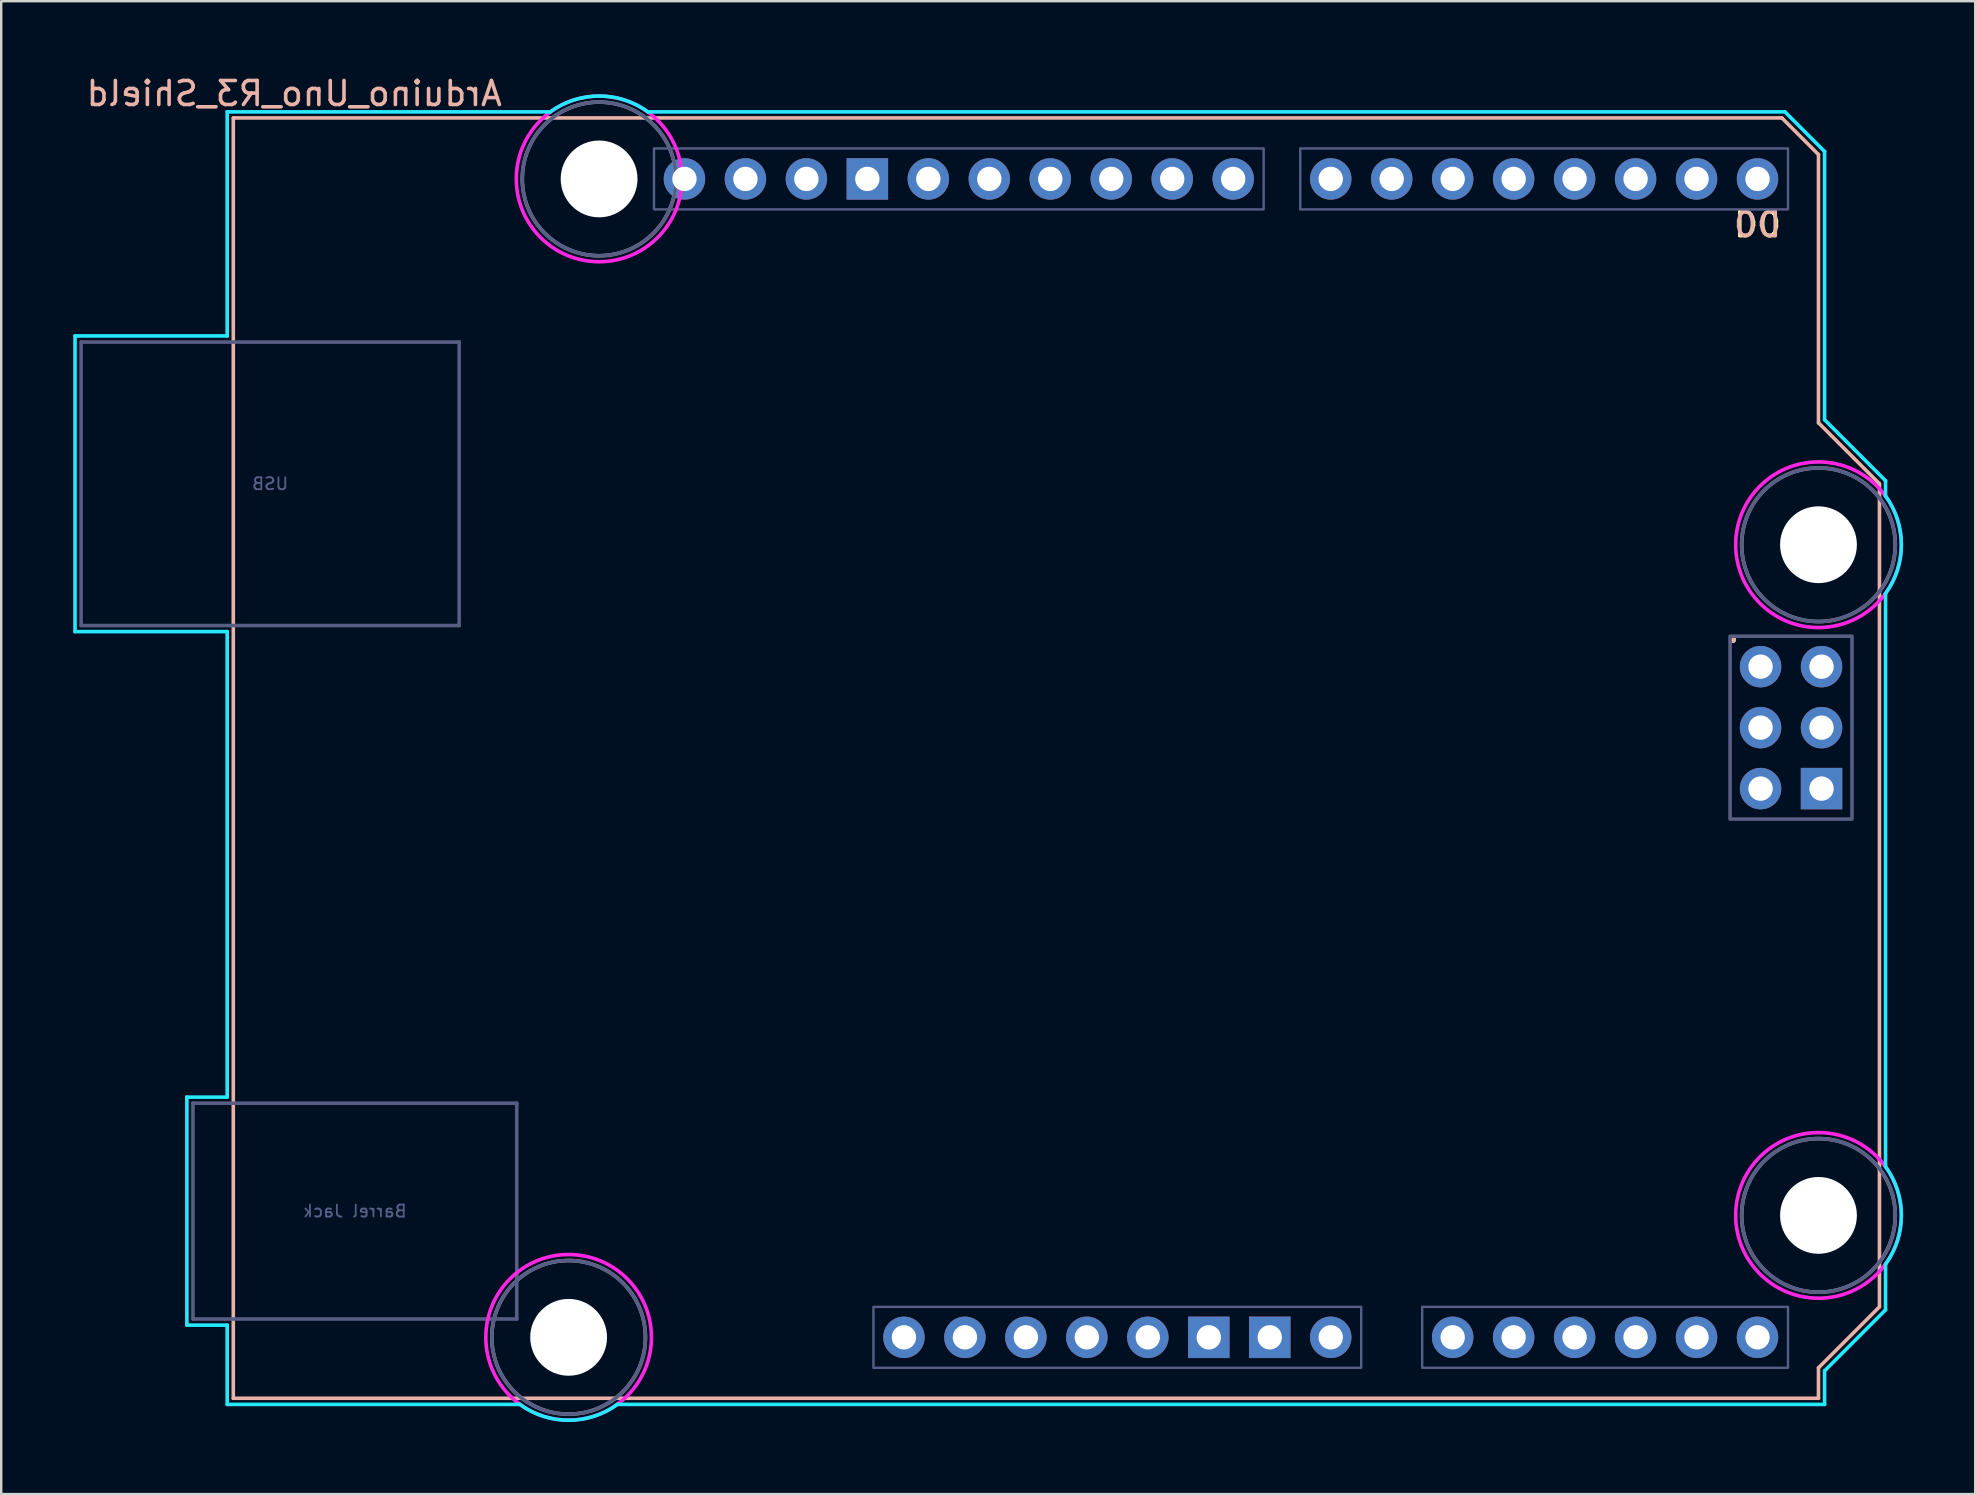
<source format=kicad_pcb>
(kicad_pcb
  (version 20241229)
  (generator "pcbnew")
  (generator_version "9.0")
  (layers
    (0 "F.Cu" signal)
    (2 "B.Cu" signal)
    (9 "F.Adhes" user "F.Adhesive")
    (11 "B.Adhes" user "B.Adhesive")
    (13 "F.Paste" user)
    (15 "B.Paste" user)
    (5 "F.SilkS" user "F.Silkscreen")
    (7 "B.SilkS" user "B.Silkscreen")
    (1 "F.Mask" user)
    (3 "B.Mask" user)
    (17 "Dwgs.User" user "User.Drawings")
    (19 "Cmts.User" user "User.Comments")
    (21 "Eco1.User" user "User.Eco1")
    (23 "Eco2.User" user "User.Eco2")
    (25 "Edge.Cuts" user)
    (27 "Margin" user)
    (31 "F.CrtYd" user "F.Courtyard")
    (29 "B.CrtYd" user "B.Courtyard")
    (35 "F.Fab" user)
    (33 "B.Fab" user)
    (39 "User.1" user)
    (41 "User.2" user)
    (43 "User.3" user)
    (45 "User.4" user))
  (footprint "Arduino_Uno_R3_Shield"
    (layer "F.Cu")
    (at 6.669 55.204)
    (property "Reference" "Arduino_Uno_R3_Shield" (at 2.54 -54.356 0) (layer "B.SilkS") (effects (font (size 1 1) (thickness 0.15)) (justify mirror)))
    (attr through_hole)
    (fp_line (start 0 -53.34) (end 0 0) (stroke (width 0.15) (type solid)) (layer "B.SilkS"))
    (fp_line (start 0 -53.34) (end 64.516 -53.34) (stroke (width 0.15) (type solid)) (layer "B.SilkS"))
    (fp_line (start 0 0) (end 66.04 0) (stroke (width 0.15) (type solid)) (layer "B.SilkS"))
    (fp_line (start 64.516 -53.34) (end 66.04 -51.816) (stroke (width 0.15) (type solid)) (layer "B.SilkS"))
    (fp_line (start 66.04 -40.64) (end 66.04 -51.816) (stroke (width 0.15) (type solid)) (layer "B.SilkS"))
    (fp_line (start 66.04 -1.27) (end 68.58 -3.81) (stroke (width 0.15) (type solid)) (layer "B.SilkS"))
    (fp_line (start 66.04 0) (end 66.04 -1.27) (stroke (width 0.15) (type solid)) (layer "B.SilkS"))
    (fp_line (start 68.58 -38.1) (end 66.04 -40.64) (stroke (width 0.15) (type solid)) (layer "B.SilkS"))
    (fp_line (start 68.58 -3.81) (end 68.58 -38.1) (stroke (width 0.15) (type solid)) (layer "B.SilkS"))
    (fp_line (start -6.594 -44.258) (end -0.254 -44.258) (stroke (width 0.15) (type solid)) (layer "B.CrtYd"))
    (fp_line (start -6.594 -31.94) (end -6.594 -44.258) (stroke (width 0.15) (type solid)) (layer "B.CrtYd"))
    (fp_line (start -1.934 -12.548) (end -1.934 -3.049) (stroke (width 0.15) (type solid)) (layer "B.CrtYd"))
    (fp_line (start -1.934 -12.548) (end -0.254 -12.548) (stroke (width 0.15) (type solid)) (layer "B.CrtYd"))
    (fp_line (start -1.934 -3.049) (end -0.254 -3.049) (stroke (width 0.15) (type solid)) (layer "B.CrtYd"))
    (fp_line (start -0.254 -53.594) (end -0.254 -44.258) (stroke (width 0.15) (type solid)) (layer "B.CrtYd"))
    (fp_line (start -0.254 -31.94) (end -6.594 -31.94) (stroke (width 0.15) (type solid)) (layer "B.CrtYd"))
    (fp_line (start -0.254 -31.94) (end -0.254 -12.548) (stroke (width 0.15) (type solid)) (layer "B.CrtYd"))
    (fp_line (start -0.254 -3.049) (end -0.254 0.254) (stroke (width 0.15) (type solid)) (layer "B.CrtYd"))
    (fp_line (start 11.938 0.254) (end -0.254 0.254) (stroke (width 0.15) (type solid)) (layer "B.CrtYd"))
    (fp_line (start 13.208 -53.594) (end -0.254 -53.594) (stroke (width 0.15) (type solid)) (layer "B.CrtYd"))
    (fp_line (start 16.002 0.254) (end 66.294 0.254) (stroke (width 0.15) (type solid)) (layer "B.CrtYd"))
    (fp_line (start 17.272 -53.594) (end 64.643 -53.594) (stroke (width 0.15) (type solid)) (layer "B.CrtYd"))
    (fp_line (start 64.643 -53.594) (end 66.294 -51.943) (stroke (width 0.15) (type solid)) (layer "B.CrtYd"))
    (fp_line (start 66.294 -40.767) (end 66.294 -51.943) (stroke (width 0.15) (type solid)) (layer "B.CrtYd"))
    (fp_line (start 66.294 -1.143) (end 68.834 -3.683) (stroke (width 0.15) (type solid)) (layer "B.CrtYd"))
    (fp_line (start 66.294 0.254) (end 66.294 -1.143) (stroke (width 0.15) (type solid)) (layer "B.CrtYd"))
    (fp_line (start 68.834 -38.227) (end 66.294 -40.767) (stroke (width 0.15) (type solid)) (layer "B.CrtYd"))
    (fp_line (start 68.834 -38.227) (end 68.834 -37.592) (stroke (width 0.15) (type solid)) (layer "B.CrtYd"))
    (fp_line (start 68.834 -9.652) (end 68.834 -33.528) (stroke (width 0.15) (type solid)) (layer "B.CrtYd"))
    (fp_line (start 68.834 -5.588) (end 68.834 -3.683) (stroke (width 0.15) (type solid)) (layer "B.CrtYd"))
    (fp_arc (start 13.208 -53.594) (mid 15.24 -54.254237) (end 17.272 -53.594) (stroke (width 0.15) (type solid)) (layer "B.CrtYd"))
    (fp_arc (start 16.002 0.254) (mid 13.97 0.914237) (end 11.938 0.254) (stroke (width 0.15) (type solid)) (layer "B.CrtYd"))
    (fp_arc (start 68.834 -37.592) (mid 69.494238 -35.56) (end 68.834 -33.528) (stroke (width 0.15) (type solid)) (layer "B.CrtYd"))
    (fp_arc (start 68.834 -9.652) (mid 69.494238 -7.62) (end 68.834 -5.588) (stroke (width 0.15) (type solid)) (layer "B.CrtYd"))
    (fp_circle (center 13.97 -2.54) (end 17.42 -2.54) (stroke (width 0.15) (type solid)) (fill no) (layer "F.CrtYd"))
    (fp_circle (center 15.24 -50.8) (end 18.69 -50.8) (stroke (width 0.15) (type solid)) (fill no) (layer "F.CrtYd"))
    (fp_circle (center 66.04 -35.56) (end 69.49 -35.56) (stroke (width 0.15) (type solid)) (fill no) (layer "F.CrtYd"))
    (fp_circle (center 66.04 -7.62) (end 69.49 -7.62) (stroke (width 0.15) (type solid)) (fill no) (layer "F.CrtYd"))
    (fp_line (start -6.34 -44.004) (end 9.41 -44.004) (stroke (width 0.15) (type solid)) (layer "B.Fab"))
    (fp_line (start -6.34 -32.194) (end -6.34 -44.004) (stroke (width 0.15) (type solid)) (layer "B.Fab"))
    (fp_line (start -6.34 -32.194) (end 9.41 -32.194) (stroke (width 0.15) (type solid)) (layer "B.Fab"))
    (fp_line (start -1.68 -12.294) (end -1.68 -3.303) (stroke (width 0.15) (type solid)) (layer "B.Fab"))
    (fp_line (start -1.68 -12.294) (end 11.81 -12.294) (stroke (width 0.15) (type solid)) (layer "B.Fab"))
    (fp_line (start -1.68 -3.303) (end 11.81 -3.303) (stroke (width 0.15) (type solid)) (layer "B.Fab"))
    (fp_line (start 9.41 -32.194) (end 9.41 -44.004) (stroke (width 0.15) (type solid)) (layer "B.Fab"))
    (fp_line (start 11.81 -12.294) (end 11.81 -3.303) (stroke (width 0.15) (type solid)) (layer "B.Fab"))
    (fp_rect (start 17.526 -52.07) (end 42.926 -49.53) (stroke (width 0.1) (type solid)) (fill no) (layer "B.Fab"))
    (fp_rect (start 26.67 -3.81) (end 46.99 -1.27) (stroke (width 0.1) (type solid)) (fill no) (layer "B.Fab"))
    (fp_rect (start 44.45 -52.07) (end 64.77 -49.53) (stroke (width 0.1) (type solid)) (fill no) (layer "B.Fab"))
    (fp_rect (start 49.53 -3.81) (end 64.77 -1.27) (stroke (width 0.1) (type solid)) (fill no) (layer "B.Fab"))
    (fp_rect (start 62.357 -31.75) (end 67.437 -24.13) (stroke (width 0.15) (type solid)) (fill no) (layer "B.Fab"))
    (fp_circle (center 13.97 -2.54) (end 17.17 -2.54) (stroke (width 0.15) (type solid)) (fill no) (layer "B.Fab"))
    (fp_circle (center 15.24 -50.8) (end 18.44 -50.8) (stroke (width 0.15) (type solid)) (fill no) (layer "B.Fab"))
    (fp_circle (center 66.04 -35.56) (end 69.24 -35.56) (stroke (width 0.15) (type solid)) (fill no) (layer "B.Fab"))
    (fp_circle (center 66.04 -7.62) (end 69.24 -7.62) (stroke (width 0.15) (type solid)) (fill no) (layer "B.Fab"))
    (fp_circle (center 13.97 -2.54) (end 17.17 -2.54) (stroke (width 0.15) (type solid)) (fill no) (layer "F.Fab"))
    (fp_circle (center 15.24 -50.8) (end 18.44 -50.8) (stroke (width 0.15) (type solid)) (fill no) (layer "F.Fab"))
    (fp_circle (center 66.04 -35.56) (end 69.24 -35.56) (stroke (width 0.15) (type solid)) (fill no) (layer "F.Fab"))
    (fp_circle (center 66.04 -7.62) (end 69.24 -7.62) (stroke (width 0.15) (type solid)) (fill no) (layer "F.Fab"))
    (fp_text user "." (at 62.484 -32.004 0) (layer "F.SilkS") (effects (font (size 1 1) (thickness 0.15))))
    (fp_text user "D0" (at 63.5 -48.895 0) (unlocked yes) (layer "F.SilkS") (effects (font (size 1 1) (thickness 0.15))))
    (fp_text user "." (at 62.484 -32.004 0) (layer "B.SilkS") (effects (font (size 1 1) (thickness 0.15))))
    (fp_text user "D0" (at 63.5 -48.895 0) (unlocked yes) (layer "B.SilkS") (effects (font (size 1 1) (thickness 0.15)) (justify mirror)))
    (fp_text user "Barrel Jack" (at 5.065 -7.798 0) (layer "B.Fab") (effects (font (size 0.5 0.5) (thickness 0.075)) (justify mirror)))
    (fp_text user "USB" (at 1.535 -38.099 0) (layer "B.Fab") (effects (font (size 0.5 0.5) (thickness 0.075)) (justify mirror)))
    (pad "" np_thru_hole circle (at 13.97 -2.54) (size 3.2 3.2) (drill 3.2) (layers "*.Cu" "*.Mask"))
    (pad "" np_thru_hole circle (at 15.24 -50.8) (size 3.2 3.2) (drill 3.2) (layers "*.Cu" "*.Mask"))
    (pad "" thru_hole oval (at 27.94 -2.54) (size 1.727 1.727) (drill 1.016) (layers "*.Cu" "*.Mask"))
    (pad "" np_thru_hole circle (at 66.04 -35.56) (size 3.2 3.2) (drill 3.2) (layers "*.Cu" "*.Mask"))
    (pad "" np_thru_hole circle (at 66.04 -7.62) (size 3.2 3.2) (drill 3.2) (layers "*.Cu" "*.Mask"))
    (pad "3V3" thru_hole oval (at 35.56 -2.54) (size 1.727 1.727) (drill 1.016) (layers "*.Cu" "*.Mask"))
    (pad "5V1" thru_hole oval (at 38.1 -2.54) (size 1.727 1.727) (drill 1.016) (layers "*.Cu" "*.Mask"))
    (pad "5V2" thru_hole oval (at 66.167 -30.48) (size 1.727 1.727) (drill 1.016) (layers "*.Cu" "*.Mask"))
    (pad "A0" thru_hole oval (at 50.8 -2.54) (size 1.727 1.727) (drill 1.016) (layers "*.Cu" "*.Mask"))
    (pad "A1" thru_hole oval (at 53.34 -2.54) (size 1.727 1.727) (drill 1.016) (layers "*.Cu" "*.Mask"))
    (pad "A2" thru_hole oval (at 55.88 -2.54) (size 1.727 1.727) (drill 1.016) (layers "*.Cu" "*.Mask"))
    (pad "A3" thru_hole oval (at 58.42 -2.54) (size 1.727 1.727) (drill 1.016) (layers "*.Cu" "*.Mask"))
    (pad "A4" thru_hole oval (at 60.96 -2.54) (size 1.727 1.727) (drill 1.016) (layers "*.Cu" "*.Mask"))
    (pad "A5" thru_hole oval (at 63.5 -2.54) (size 1.727 1.727) (drill 1.016) (layers "*.Cu" "*.Mask"))
    (pad "AREF" thru_hole oval (at 23.876 -50.8) (size 1.727 1.727) (drill 1.016) (layers "*.Cu" "*.Mask"))
    (pad "D0" thru_hole oval (at 63.5 -50.8) (size 1.727 1.727) (drill 1.016) (layers "*.Cu" "*.Mask"))
    (pad "D1" thru_hole oval (at 60.96 -50.8) (size 1.727 1.727) (drill 1.016) (layers "*.Cu" "*.Mask"))
    (pad "D2" thru_hole oval (at 58.42 -50.8) (size 1.727 1.727) (drill 1.016) (layers "*.Cu" "*.Mask"))
    (pad "D3" thru_hole oval (at 55.88 -50.8) (size 1.727 1.727) (drill 1.016) (layers "*.Cu" "*.Mask"))
    (pad "D4" thru_hole oval (at 53.34 -50.8) (size 1.727 1.727) (drill 1.016) (layers "*.Cu" "*.Mask"))
    (pad "D5" thru_hole oval (at 50.8 -50.8) (size 1.727 1.727) (drill 1.016) (layers "*.Cu" "*.Mask"))
    (pad "D6" thru_hole oval (at 48.26 -50.8) (size 1.727 1.727) (drill 1.016) (layers "*.Cu" "*.Mask"))
    (pad "D7" thru_hole oval (at 45.72 -50.8) (size 1.727 1.727) (drill 1.016) (layers "*.Cu" "*.Mask"))
    (pad "D8" thru_hole oval (at 41.656 -50.8) (size 1.727 1.727) (drill 1.016) (layers "*.Cu" "*.Mask"))
    (pad "D9" thru_hole oval (at 39.116 -50.8) (size 1.727 1.727) (drill 1.016) (layers "*.Cu" "*.Mask"))
    (pad "D10" thru_hole oval (at 36.576 -50.8) (size 1.727 1.727) (drill 1.016) (layers "*.Cu" "*.Mask"))
    (pad "D11" thru_hole oval (at 34.036 -50.8) (size 1.727 1.727) (drill 1.016) (layers "*.Cu" "*.Mask"))
    (pad "D12" thru_hole oval (at 31.496 -50.8) (size 1.727 1.727) (drill 1.016) (layers "*.Cu" "*.Mask"))
    (pad "D13" thru_hole oval (at 28.956 -50.8) (size 1.727 1.727) (drill 1.016) (layers "*.Cu" "*.Mask"))
    (pad "GND1" thru_hole rect (at 26.416 -50.8) (size 1.727 1.727) (drill 1.016) (layers "*.Cu" "*.Mask"))
    (pad "GND2" thru_hole rect (at 40.64 -2.54) (size 1.727 1.727) (drill 1.016) (layers "*.Cu" "*.Mask"))
    (pad "GND3" thru_hole rect (at 43.18 -2.54) (size 1.727 1.727) (drill 1.016) (layers "*.Cu" "*.Mask"))
    (pad "GND4" thru_hole rect (at 66.167 -25.4) (size 1.727 1.727) (drill 1.016) (layers "*.Cu" "*.Mask"))
    (pad "IORF" thru_hole oval (at 30.48 -2.54) (size 1.727 1.727) (drill 1.016) (layers "*.Cu" "*.Mask"))
    (pad "MISO" thru_hole oval (at 63.627 -30.48) (size 1.727 1.727) (drill 1.016) (layers "*.Cu" "*.Mask"))
    (pad "MOSI" thru_hole oval (at 66.167 -27.94) (size 1.727 1.727) (drill 1.016) (layers "*.Cu" "*.Mask"))
    (pad "RST1" thru_hole oval (at 33.02 -2.54) (size 1.727 1.727) (drill 1.016) (layers "*.Cu" "*.Mask"))
    (pad "RST2" thru_hole oval (at 63.627 -25.4) (size 1.727 1.727) (drill 1.016) (layers "*.Cu" "*.Mask"))
    (pad "SCK" thru_hole oval (at 63.627 -27.94) (size 1.727 1.727) (drill 1.016) (layers "*.Cu" "*.Mask"))
    (pad "SCL" thru_hole oval (at 18.796 -50.8) (size 1.727 1.727) (drill 1.016) (layers "*.Cu" "*.Mask"))
    (pad "SDA" thru_hole oval (at 21.336 -50.8) (size 1.727 1.727) (drill 1.016) (layers "*.Cu" "*.Mask"))
    (pad "VIN" thru_hole oval (at 45.72 -2.54) (size 1.727 1.727) (drill 1.016) (layers "*.Cu" "*.Mask")))
  (gr_rect
    (start -3 -3)
    (end 79.238 59.193)
    (stroke (width 0.1) (type default))
    (fill no)
    (layer "Edge.Cuts")))
</source>
